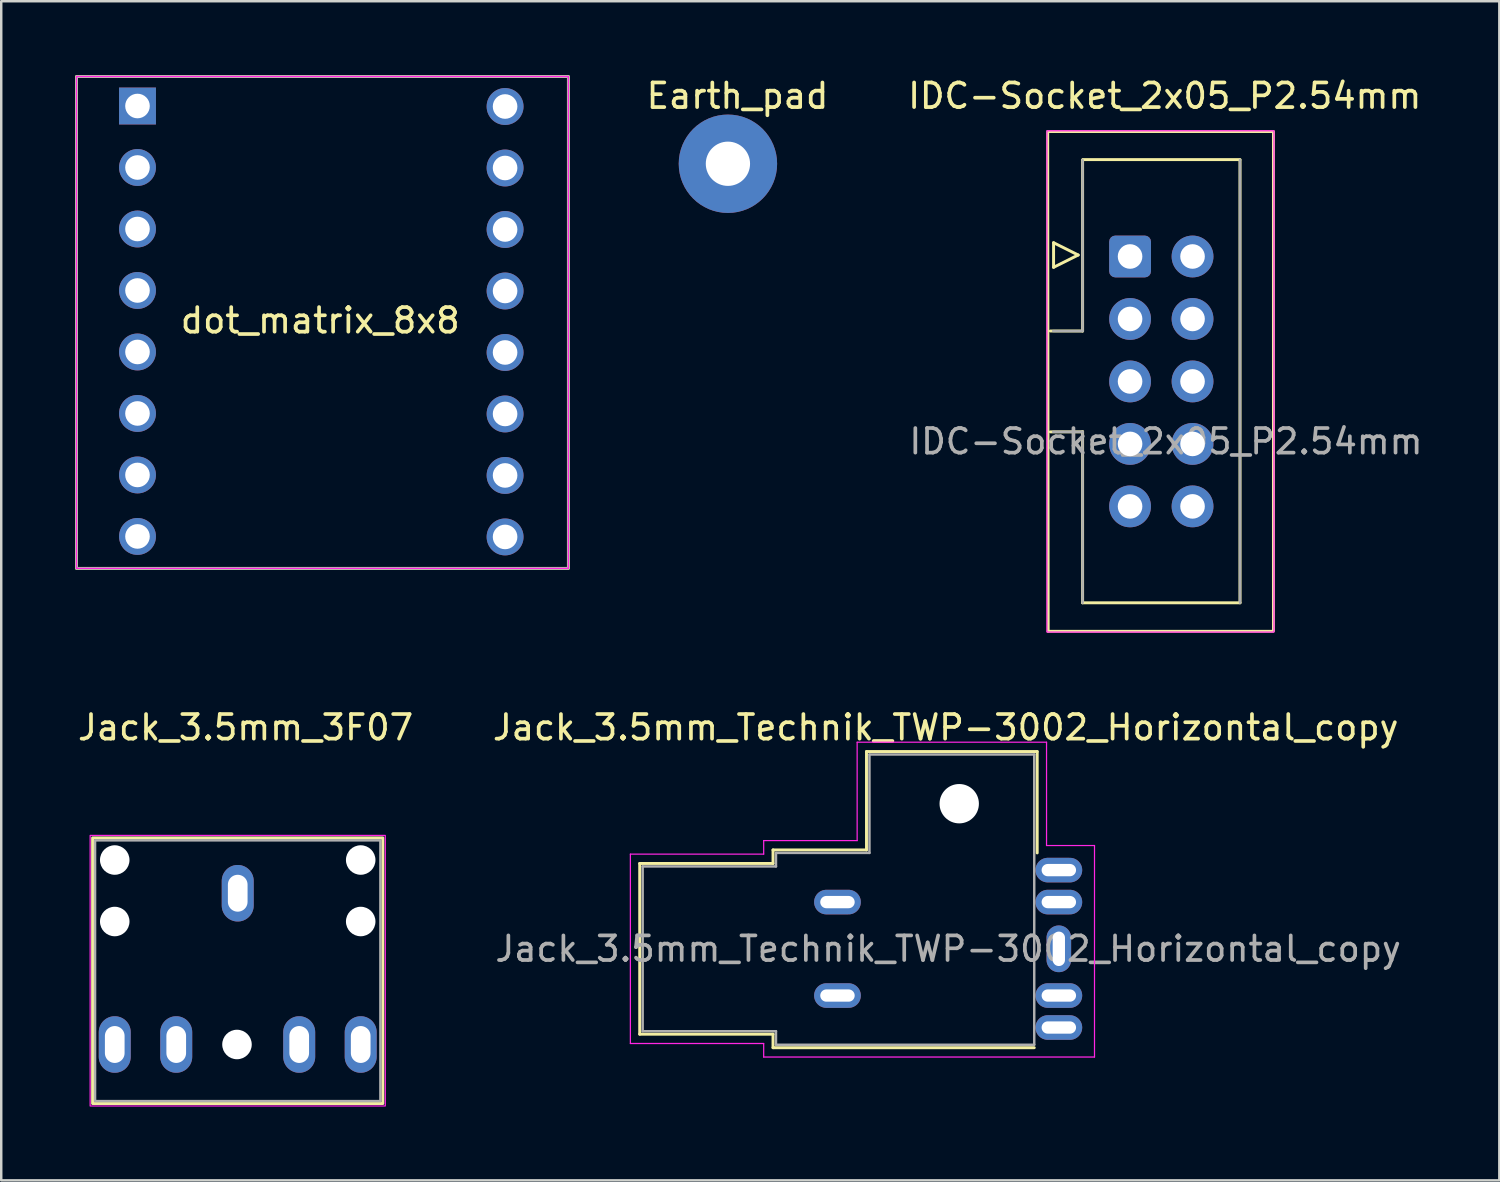
<source format=kicad_pcb>
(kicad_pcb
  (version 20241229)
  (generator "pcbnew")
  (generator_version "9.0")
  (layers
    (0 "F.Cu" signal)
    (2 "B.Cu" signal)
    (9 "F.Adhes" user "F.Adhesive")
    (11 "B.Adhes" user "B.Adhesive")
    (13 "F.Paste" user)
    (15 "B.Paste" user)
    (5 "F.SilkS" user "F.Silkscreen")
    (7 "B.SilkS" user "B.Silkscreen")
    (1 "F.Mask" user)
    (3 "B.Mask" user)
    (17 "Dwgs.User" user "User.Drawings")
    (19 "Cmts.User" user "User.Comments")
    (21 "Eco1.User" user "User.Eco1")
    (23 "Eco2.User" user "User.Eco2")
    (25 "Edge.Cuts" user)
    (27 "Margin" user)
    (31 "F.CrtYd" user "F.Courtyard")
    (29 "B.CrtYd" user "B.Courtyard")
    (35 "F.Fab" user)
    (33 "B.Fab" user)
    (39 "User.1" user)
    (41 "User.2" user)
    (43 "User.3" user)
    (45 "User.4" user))
  (footprint "dot_matrix_8x8"
    (layer "F.Cu")
    (at 10.06 10.06)
    (property "Reference" "dot_matrix_8x8" (at -0.09 -0.08 0) (unlocked yes) (layer "F.SilkS") (effects (font (size 1 1) (thickness 0.15))))
    (attr through_hole)
    (fp_rect (start -10 -10) (end 10 10) (stroke (width 0.12) (type solid)) (fill no) (layer "F.SilkS"))
    (fp_rect (start -10 -10) (end 10 10) (stroke (width 0.05) (type solid)) (fill no) (layer "F.CrtYd"))
    (fp_rect (start -10 -10) (end 10 10) (stroke (width 0.1) (type solid)) (fill no) (layer "F.Fab"))
    (pad "1" thru_hole rect (at -7.52 -8.8) (size 1.5 1.5) (drill 1) (layers "*.Cu" "*.Mask"))
    (pad "2" thru_hole circle (at -7.52 -6.3) (size 1.5 1.5) (drill 1) (layers "*.Cu" "*.Mask"))
    (pad "3" thru_hole circle (at -7.52 -3.8) (size 1.5 1.5) (drill 1) (layers "*.Cu" "*.Mask"))
    (pad "4" thru_hole circle (at -7.52 -1.3) (size 1.5 1.5) (drill 1) (layers "*.Cu" "*.Mask"))
    (pad "5" thru_hole circle (at -7.52 1.2) (size 1.5 1.5) (drill 1) (layers "*.Cu" "*.Mask"))
    (pad "6" thru_hole circle (at -7.52 3.7) (size 1.5 1.5) (drill 1) (layers "*.Cu" "*.Mask"))
    (pad "7" thru_hole circle (at -7.52 6.2) (size 1.5 1.5) (drill 1) (layers "*.Cu" "*.Mask"))
    (pad "8" thru_hole circle (at -7.52 8.7) (size 1.5 1.5) (drill 1) (layers "*.Cu" "*.Mask"))
    (pad "9" thru_hole circle (at 7.425 8.72) (size 1.5 1.5) (drill 1) (layers "*.Cu" "*.Mask"))
    (pad "10" thru_hole circle (at 7.425 6.22) (size 1.5 1.5) (drill 1) (layers "*.Cu" "*.Mask"))
    (pad "11" thru_hole circle (at 7.425 3.72) (size 1.5 1.5) (drill 1) (layers "*.Cu" "*.Mask"))
    (pad "12" thru_hole circle (at 7.425 1.22) (size 1.5 1.5) (drill 1) (layers "*.Cu" "*.Mask"))
    (pad "13" thru_hole circle (at 7.425 -1.28) (size 1.5 1.5) (drill 1) (layers "*.Cu" "*.Mask"))
    (pad "14" thru_hole circle (at 7.425 -3.78) (size 1.5 1.5) (drill 1) (layers "*.Cu" "*.Mask"))
    (pad "15" thru_hole circle (at 7.425 -6.28) (size 1.5 1.5) (drill 1) (layers "*.Cu" "*.Mask"))
    (pad "16" thru_hole circle (at 7.425 -8.78) (size 1.5 1.5) (drill 1) (layers "*.Cu" "*.Mask")))
  (footprint "Jack_3.5mm_Technik_TWP-3002_Horizontal_copy"
    (layer "F.Cu")
    (at 39.999 37.426)
    (property "Reference" "Jack_3.5mm_Technik_TWP-3002_Horizontal_copy" (at -4.6 -10.9 0) (layer "F.SilkS") (effects (font (size 1 1) (thickness 0.15))))
    (attr through_hole)
    (fp_line (start -17.04 -5.37) (end -17.04 1.57) (stroke (width 0.12) (type solid)) (layer "F.SilkS"))
    (fp_line (start -17.04 1.57) (end -11.62 1.57) (stroke (width 0.12) (type solid)) (layer "F.SilkS"))
    (fp_line (start -11.62 -5.92) (end -11.62 -5.37) (stroke (width 0.12) (type solid)) (layer "F.SilkS"))
    (fp_line (start -11.62 -5.37) (end -17.04 -5.37) (stroke (width 0.12) (type solid)) (layer "F.SilkS"))
    (fp_line (start -11.62 1.57) (end -11.62 2.12) (stroke (width 0.12) (type solid)) (layer "F.SilkS"))
    (fp_line (start -11.62 2.12) (end -1 2.12) (stroke (width 0.12) (type solid)) (layer "F.SilkS"))
    (fp_line (start -7.82 -9.92) (end -7.82 -5.92) (stroke (width 0.12) (type solid)) (layer "F.SilkS"))
    (fp_line (start -7.82 -5.92) (end -11.62 -5.92) (stroke (width 0.12) (type solid)) (layer "F.SilkS"))
    (fp_line (start -0.88 -9.92) (end -7.82 -9.92) (stroke (width 0.12) (type solid)) (layer "F.SilkS"))
    (fp_line (start -0.88 -5.8) (end -0.88 -9.92) (stroke (width 0.12) (type solid)) (layer "F.SilkS"))
    (fp_line (start -17.42 -5.75) (end -12 -5.75) (stroke (width 0.05) (type solid)) (layer "F.CrtYd"))
    (fp_line (start -17.42 1.95) (end -17.42 -5.75) (stroke (width 0.05) (type solid)) (layer "F.CrtYd"))
    (fp_line (start -12 -6.3) (end -8.2 -6.3) (stroke (width 0.05) (type solid)) (layer "F.CrtYd"))
    (fp_line (start -12 -5.75) (end -12 -6.3) (stroke (width 0.05) (type solid)) (layer "F.CrtYd"))
    (fp_line (start -12 1.95) (end -17.42 1.95) (stroke (width 0.05) (type solid)) (layer "F.CrtYd"))
    (fp_line (start -12 1.95) (end -12 2.5) (stroke (width 0.05) (type solid)) (layer "F.CrtYd"))
    (fp_line (start -8.2 -10.3) (end -8.2 -6.3) (stroke (width 0.05) (type solid)) (layer "F.CrtYd"))
    (fp_line (start -8.2 -10.3) (end -0.5 -10.3) (stroke (width 0.05) (type solid)) (layer "F.CrtYd"))
    (fp_line (start -0.5 -10.3) (end -0.5 -6.1) (stroke (width 0.05) (type solid)) (layer "F.CrtYd"))
    (fp_line (start -0.5 -6.1) (end 1.45 -6.1) (stroke (width 0.05) (type solid)) (layer "F.CrtYd"))
    (fp_line (start 1.45 -6.1) (end 1.45 2.5) (stroke (width 0.05) (type solid)) (layer "F.CrtYd"))
    (fp_line (start 1.45 2.5) (end -12 2.5) (stroke (width 0.05) (type solid)) (layer "F.CrtYd"))
    (fp_line (start -16.92 -5.25) (end -16.92 1.45) (stroke (width 0.1) (type solid)) (layer "F.Fab"))
    (fp_line (start -16.92 1.45) (end -11.5 1.45) (stroke (width 0.1) (type solid)) (layer "F.Fab"))
    (fp_line (start -11.5 -5.8) (end -11.5 -5.25) (stroke (width 0.1) (type solid)) (layer "F.Fab"))
    (fp_line (start -11.5 -5.25) (end -16.92 -5.25) (stroke (width 0.1) (type solid)) (layer "F.Fab"))
    (fp_line (start -11.5 1.45) (end -11.5 2) (stroke (width 0.1) (type solid)) (layer "F.Fab"))
    (fp_line (start -11.5 2) (end -1 2) (stroke (width 0.1) (type solid)) (layer "F.Fab"))
    (fp_line (start -7.7 -9.8) (end -7.7 -5.8) (stroke (width 0.1) (type solid)) (layer "F.Fab"))
    (fp_line (start -7.7 -5.8) (end -11.5 -5.8) (stroke (width 0.1) (type solid)) (layer "F.Fab"))
    (fp_line (start -1 -9.8) (end -7.7 -9.8) (stroke (width 0.1) (type solid)) (layer "F.Fab"))
    (fp_line (start -1 2) (end -1 -9.8) (stroke (width 0.1) (type solid)) (layer "F.Fab"))
    (fp_text user "${REFERENCE}" (at -4.5 -1.9 0) (layer "F.Fab") (effects (font (size 1 1) (thickness 0.15))))
    (pad "" thru_hole oval (at -9 -3.8) (size 1.9 1) (drill oval 1.4 0.5) (layers "*.Cu" "*.Mask"))
    (pad "" thru_hole oval (at -9 0) (size 1.9 1) (drill oval 1.4 0.5) (layers "*.Cu" "*.Mask"))
    (pad "" np_thru_hole circle (at -4.05 -7.8) (size 1.6 1.6) (drill 1.6) (layers "*.Cu" "*.Mask"))
    (pad "R1" thru_hole oval (at 0 -1.9) (size 1 1.9) (drill oval 0.5 1.4) (layers "*.Cu" "*.Mask"))
    (pad "R2" thru_hole oval (at 0 -5.1) (size 1.9 1) (drill oval 1.4 0.5) (layers "*.Cu" "*.Mask"))
    (pad "S" thru_hole oval (at 0 1.3) (size 1.9 1) (drill oval 1.4 0.5) (layers "*.Cu" "*.Mask"))
    (pad "T" thru_hole oval (at 0 -3.8) (size 1.9 1) (drill oval 1.4 0.5) (layers "*.Cu" "*.Mask"))
    (pad "T" thru_hole oval (at 0 0) (size 1.9 1) (drill oval 1.4 0.5) (layers "*.Cu" "*.Mask")))
  (footprint "IDC-Socket_2x05_P2.54mm"
    (layer "F.Cu")
    (at 44.205 12.458)
    (property "Reference" "IDC-Socket_2x05_P2.54mm" (at 0.1 -11.61 0) (unlocked yes) (layer "F.SilkS") (effects (font (size 1 1) (thickness 0.15))))
    (attr smd)
    (fp_line (start -4.64 10.16) (end -4.66 -10.16) (stroke (width 0.12) (type solid)) (layer "F.SilkS"))
    (fp_line (start -4.61 -10.16) (end 4.46 -10.16) (stroke (width 0.12) (type solid)) (layer "F.SilkS"))
    (fp_line (start -4.55 -2.05) (end -3.24 -2.05) (stroke (width 0.12) (type solid)) (layer "F.SilkS"))
    (fp_line (start -4.42 -5.64) (end -4.42 -4.64) (stroke (width 0.12) (type solid)) (layer "F.SilkS"))
    (fp_line (start -4.42 -4.64) (end -3.42 -5.14) (stroke (width 0.12) (type solid)) (layer "F.SilkS"))
    (fp_line (start -3.42 -5.14) (end -4.42 -5.64) (stroke (width 0.12) (type solid)) (layer "F.SilkS"))
    (fp_line (start -3.24 -2.05) (end -3.24 -9) (stroke (width 0.12) (type solid)) (layer "F.SilkS"))
    (fp_line (start -3.24 2.05) (end -4.55 2.05) (stroke (width 0.12) (type solid)) (layer "F.SilkS"))
    (fp_line (start -3.24 2.05) (end -3.24 2.05) (stroke (width 0.12) (type solid)) (layer "F.SilkS"))
    (fp_line (start -3.24 9) (end -3.24 2.05) (stroke (width 0.12) (type solid)) (layer "F.SilkS"))
    (fp_line (start -3.24 9) (end 3.16 9) (stroke (width 0.12) (type solid)) (layer "F.SilkS"))
    (fp_line (start -3.23 -9.02) (end 3.16 -9.02) (stroke (width 0.12) (type solid)) (layer "F.SilkS"))
    (fp_line (start 3.16 -9) (end 3.16 9) (stroke (width 0.12) (type solid)) (layer "F.SilkS"))
    (fp_line (start 4.5 10.16) (end -4.64 10.16) (stroke (width 0.12) (type solid)) (layer "F.SilkS"))
    (fp_line (start 4.52 -10.16) (end 4.52 10.14) (stroke (width 0.12) (type solid)) (layer "F.SilkS"))
    (fp_rect (start -4.69 -10.19) (end 4.54 10.19) (stroke (width 0.05) (type solid)) (fill no) (layer "F.CrtYd"))
    (fp_line (start -4.44 -2.05) (end -3.24 -2.05) (stroke (width 0.1) (type solid)) (layer "F.Fab"))
    (fp_line (start -3.24 -2.05) (end -3.24 -9) (stroke (width 0.1) (type solid)) (layer "F.Fab"))
    (fp_line (start -3.24 2.05) (end -4.44 2.05) (stroke (width 0.1) (type solid)) (layer "F.Fab"))
    (fp_line (start -3.24 2.05) (end -3.24 2.05) (stroke (width 0.1) (type solid)) (layer "F.Fab"))
    (fp_line (start -3.24 9) (end -3.24 2.05) (stroke (width 0.1) (type solid)) (layer "F.Fab"))
    (fp_line (start 3.16 -9) (end 3.16 9) (stroke (width 0.1) (type solid)) (layer "F.Fab"))
    (fp_text user "${REFERENCE}" (at 0.15 2.44 0) (unlocked yes) (layer "F.Fab") (effects (font (size 1 1) (thickness 0.15))))
    (pad "1" thru_hole roundrect (at -1.31 -5.08) (size 1.7 1.7) (drill 1) (layers "*.Cu" "*.Mask") (roundrect_rratio 0.147))
    (pad "2" thru_hole circle (at 1.23 -5.08) (size 1.7 1.7) (drill 1) (layers "*.Cu" "*.Mask"))
    (pad "3" thru_hole circle (at -1.31 -2.54) (size 1.7 1.7) (drill 1) (layers "*.Cu" "*.Mask"))
    (pad "4" thru_hole circle (at 1.23 -2.54) (size 1.7 1.7) (drill 1) (layers "*.Cu" "*.Mask"))
    (pad "5" thru_hole circle (at -1.31 0) (size 1.7 1.7) (drill 1) (layers "*.Cu" "*.Mask"))
    (pad "6" thru_hole circle (at 1.23 0) (size 1.7 1.7) (drill 1) (layers "*.Cu" "*.Mask"))
    (pad "7" thru_hole circle (at -1.31 2.54) (size 1.7 1.7) (drill 1) (layers "*.Cu" "*.Mask"))
    (pad "8" thru_hole circle (at 1.23 2.54) (size 1.7 1.7) (drill 1) (layers "*.Cu" "*.Mask"))
    (pad "9" thru_hole circle (at -1.31 5.08) (size 1.7 1.7) (drill 1) (layers "*.Cu" "*.Mask"))
    (pad "10" thru_hole circle (at 1.23 5.08) (size 1.7 1.7) (drill 1) (layers "*.Cu" "*.Mask")))
  (footprint "Earth_pad"
    (layer "F.Cu")
    (at 26.535 3.618)
    (property "Reference" "Earth_pad" (at 0.4 -2.77 0) (unlocked yes) (layer "F.SilkS") (effects (font (size 1 1) (thickness 0.15))))
    (attr through_hole)
    (pad "1" thru_hole circle (at 0.01 -0.01) (size 4 4) (drill 1.8) (layers "*.Cu" "*.Mask")))
  (footprint "Jack_3.5mm_3F07"
    (layer "F.Cu")
    (at 6.615 36.416)
    (property "Reference" "Jack_3.5mm_3F07" (at 0.32 -9.89 0) (unlocked yes) (layer "F.SilkS") (effects (font (size 1 1) (thickness 0.15))))
    (attr smd)
    (fp_rect (start -5.9 -5.4) (end 5.9 5.4) (stroke (width 0.12) (type solid)) (fill no) (layer "F.SilkS"))
    (fp_rect (start -6 -5.5) (end 6 5.5) (stroke (width 0.05) (type solid)) (fill no) (layer "F.CrtYd"))
    (fp_rect (start -5.8 -5.3) (end 5.8 5.3) (stroke (width 0.1) (type solid)) (fill no) (layer "F.Fab"))
    (pad "" np_thru_hole circle (at -5 -4.5 270) (size 1.2 1.2) (drill 1.2) (layers "*.Cu" "*.Mask"))
    (pad "" np_thru_hole circle (at -5 -2 270) (size 1.2 1.2) (drill 1.2) (layers "*.Cu" "*.Mask"))
    (pad "" np_thru_hole circle (at -0.03 3 270) (size 1.2 1.2) (drill 1.2) (layers "*.Cu" "*.Mask"))
    (pad "" np_thru_hole circle (at 5 -4.5 270) (size 1.2 1.2) (drill 1.2) (layers "*.Cu" "*.Mask"))
    (pad "" np_thru_hole circle (at 5 -2 270) (size 1.2 1.2) (drill 1.2) (layers "*.Cu" "*.Mask"))
    (pad "1" thru_hole oval (at 0 -3.15 270) (size 2.3 1.3) (drill oval 1.5 0.8) (layers "*.Cu" "*.Mask"))
    (pad "2" thru_hole oval (at 5 3 270) (size 2.3 1.3) (drill oval 1.5 0.8) (layers "*.Cu" "*.Mask"))
    (pad "3" thru_hole oval (at 2.5 3 270) (size 2.3 1.3) (drill oval 1.5 0.8) (layers "*.Cu" "*.Mask"))
    (pad "4" thru_hole oval (at -2.5 3 270) (size 2.3 1.3) (drill oval 1.5 0.8) (layers "*.Cu" "*.Mask"))
    (pad "5" thru_hole oval (at -5 3 270) (size 2.3 1.3) (drill oval 1.5 0.8) (layers "*.Cu" "*.Mask")))
  (gr_rect
    (start -3 -3)
    (end 57.908 44.941)
    (stroke (width 0.1) (type default))
    (fill no)
    (layer "Edge.Cuts")))
</source>
